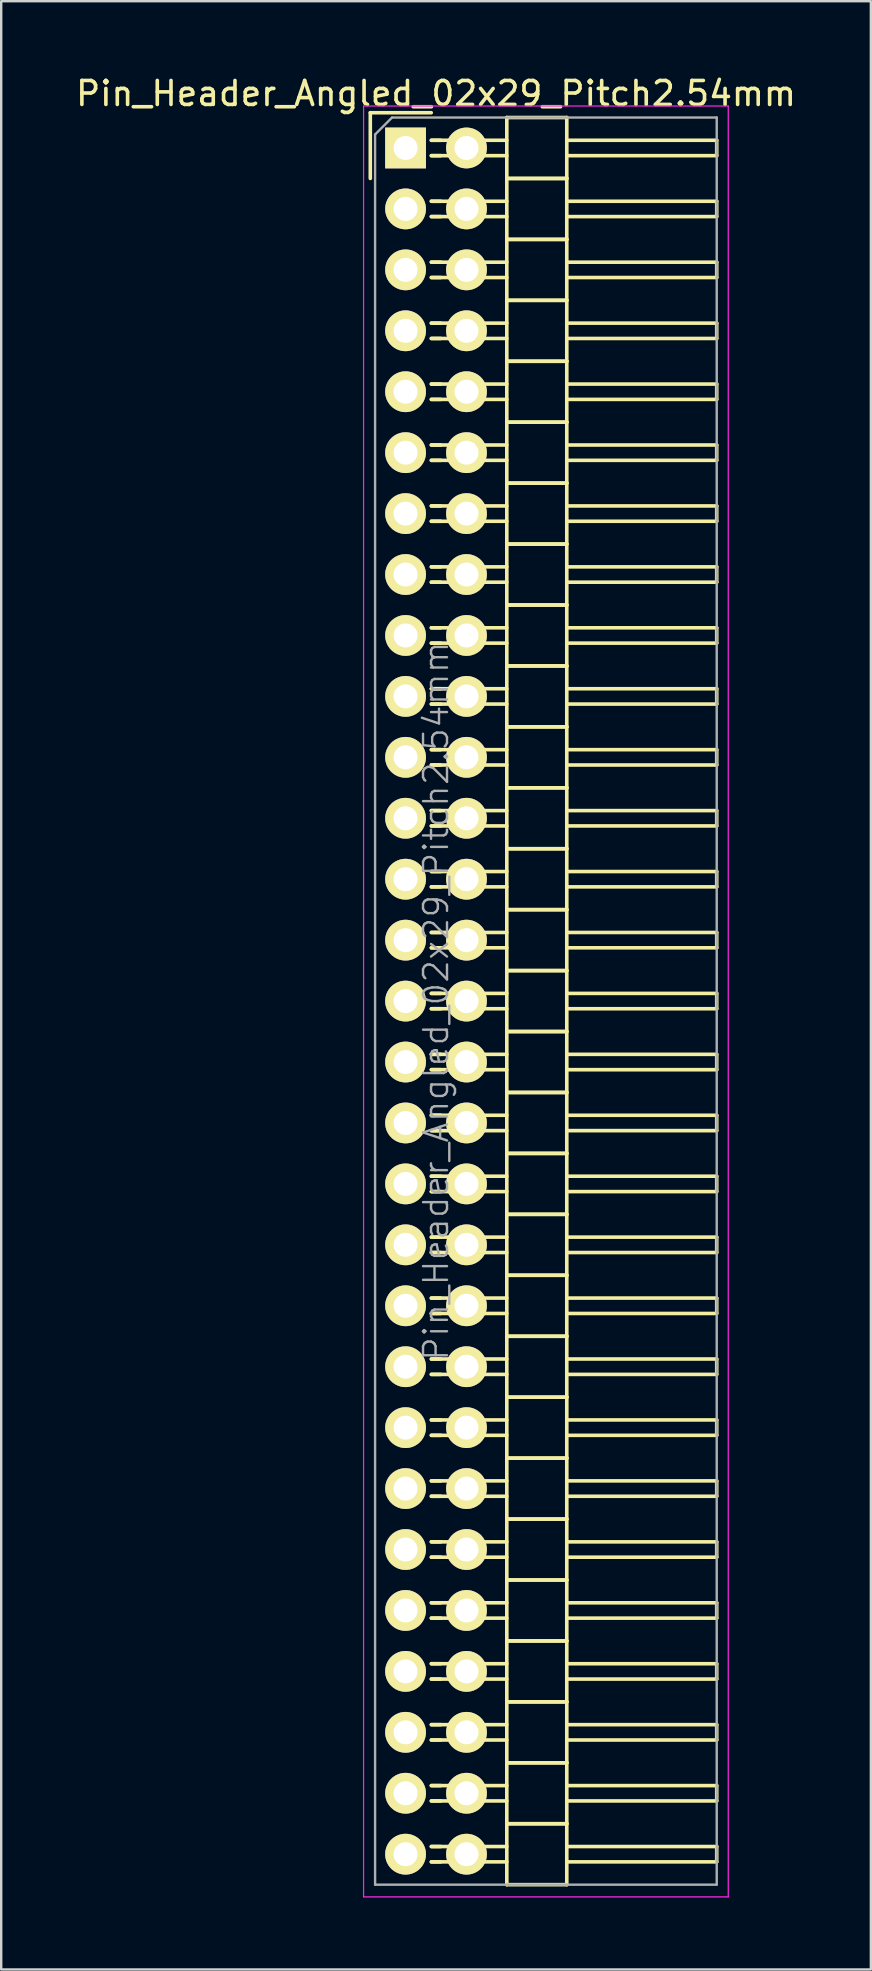
<source format=kicad_pcb>
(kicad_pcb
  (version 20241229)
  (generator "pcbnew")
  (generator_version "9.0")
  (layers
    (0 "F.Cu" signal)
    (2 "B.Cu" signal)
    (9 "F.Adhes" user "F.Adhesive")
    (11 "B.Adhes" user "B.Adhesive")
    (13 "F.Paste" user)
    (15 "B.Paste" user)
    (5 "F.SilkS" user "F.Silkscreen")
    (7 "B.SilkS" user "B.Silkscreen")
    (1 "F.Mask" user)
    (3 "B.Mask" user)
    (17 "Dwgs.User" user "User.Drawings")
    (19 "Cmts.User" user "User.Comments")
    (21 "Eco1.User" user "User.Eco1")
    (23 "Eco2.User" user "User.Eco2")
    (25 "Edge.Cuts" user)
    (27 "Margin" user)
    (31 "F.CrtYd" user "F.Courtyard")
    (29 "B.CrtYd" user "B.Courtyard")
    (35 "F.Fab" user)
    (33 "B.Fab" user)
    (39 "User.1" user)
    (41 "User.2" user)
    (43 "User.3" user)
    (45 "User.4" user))
  (footprint "Pin_Header_Angled_02x29_Pitch2.54mm"
    (layer "F.Cu")
    (at 13.855 3.118)
    (property "Reference" "Pin_Header_Angled_02x29_Pitch2.54mm" (at 1.27 -2.27 0) (layer "F.SilkS") (effects (font (size 1 1) (thickness 0.15))))
    (attr smd)
    (fp_line (start -1.47 -1.47) (end -1.47 1.27) (stroke (width 0.15) (type solid)) (layer "F.SilkS"))
    (fp_line (start -1.47 -1.47) (end 1.07 -1.47) (stroke (width 0.15) (type solid)) (layer "F.SilkS"))
    (fp_line (start 1.465 -0.32) (end 1.075 -0.32) (stroke (width 0.15) (type solid)) (layer "F.SilkS"))
    (fp_line (start 1.465 0.32) (end 1.075 0.32) (stroke (width 0.15) (type solid)) (layer "F.SilkS"))
    (fp_line (start 1.465 2.22) (end 1.075 2.22) (stroke (width 0.15) (type solid)) (layer "F.SilkS"))
    (fp_line (start 1.465 2.86) (end 1.075 2.86) (stroke (width 0.15) (type solid)) (layer "F.SilkS"))
    (fp_line (start 1.465 4.76) (end 1.075 4.76) (stroke (width 0.15) (type solid)) (layer "F.SilkS"))
    (fp_line (start 1.465 5.4) (end 1.075 5.4) (stroke (width 0.15) (type solid)) (layer "F.SilkS"))
    (fp_line (start 1.465 7.3) (end 1.075 7.3) (stroke (width 0.15) (type solid)) (layer "F.SilkS"))
    (fp_line (start 1.465 7.94) (end 1.075 7.94) (stroke (width 0.15) (type solid)) (layer "F.SilkS"))
    (fp_line (start 1.465 9.84) (end 1.075 9.84) (stroke (width 0.15) (type solid)) (layer "F.SilkS"))
    (fp_line (start 1.465 10.48) (end 1.075 10.48) (stroke (width 0.15) (type solid)) (layer "F.SilkS"))
    (fp_line (start 1.465 12.38) (end 1.075 12.38) (stroke (width 0.15) (type solid)) (layer "F.SilkS"))
    (fp_line (start 1.465 13.02) (end 1.075 13.02) (stroke (width 0.15) (type solid)) (layer "F.SilkS"))
    (fp_line (start 1.465 14.92) (end 1.075 14.92) (stroke (width 0.15) (type solid)) (layer "F.SilkS"))
    (fp_line (start 1.465 15.56) (end 1.075 15.56) (stroke (width 0.15) (type solid)) (layer "F.SilkS"))
    (fp_line (start 1.465 17.46) (end 1.075 17.46) (stroke (width 0.15) (type solid)) (layer "F.SilkS"))
    (fp_line (start 1.465 18.1) (end 1.075 18.1) (stroke (width 0.15) (type solid)) (layer "F.SilkS"))
    (fp_line (start 1.465 20) (end 1.075 20) (stroke (width 0.15) (type solid)) (layer "F.SilkS"))
    (fp_line (start 1.465 20.64) (end 1.075 20.64) (stroke (width 0.15) (type solid)) (layer "F.SilkS"))
    (fp_line (start 1.465 22.54) (end 1.075 22.54) (stroke (width 0.15) (type solid)) (layer "F.SilkS"))
    (fp_line (start 1.465 23.18) (end 1.075 23.18) (stroke (width 0.15) (type solid)) (layer "F.SilkS"))
    (fp_line (start 1.465 25.08) (end 1.075 25.08) (stroke (width 0.15) (type solid)) (layer "F.SilkS"))
    (fp_line (start 1.465 25.72) (end 1.075 25.72) (stroke (width 0.15) (type solid)) (layer "F.SilkS"))
    (fp_line (start 1.465 27.62) (end 1.075 27.62) (stroke (width 0.15) (type solid)) (layer "F.SilkS"))
    (fp_line (start 1.465 28.26) (end 1.075 28.26) (stroke (width 0.15) (type solid)) (layer "F.SilkS"))
    (fp_line (start 1.465 30.16) (end 1.075 30.16) (stroke (width 0.15) (type solid)) (layer "F.SilkS"))
    (fp_line (start 1.465 30.8) (end 1.075 30.8) (stroke (width 0.15) (type solid)) (layer "F.SilkS"))
    (fp_line (start 1.465 32.7) (end 1.075 32.7) (stroke (width 0.15) (type solid)) (layer "F.SilkS"))
    (fp_line (start 1.465 33.34) (end 1.075 33.34) (stroke (width 0.15) (type solid)) (layer "F.SilkS"))
    (fp_line (start 1.465 35.24) (end 1.075 35.24) (stroke (width 0.15) (type solid)) (layer "F.SilkS"))
    (fp_line (start 1.465 35.88) (end 1.075 35.88) (stroke (width 0.15) (type solid)) (layer "F.SilkS"))
    (fp_line (start 1.465 37.78) (end 1.075 37.78) (stroke (width 0.15) (type solid)) (layer "F.SilkS"))
    (fp_line (start 1.465 38.42) (end 1.075 38.42) (stroke (width 0.15) (type solid)) (layer "F.SilkS"))
    (fp_line (start 1.465 40.32) (end 1.075 40.32) (stroke (width 0.15) (type solid)) (layer "F.SilkS"))
    (fp_line (start 1.465 40.96) (end 1.075 40.96) (stroke (width 0.15) (type solid)) (layer "F.SilkS"))
    (fp_line (start 1.465 42.86) (end 1.075 42.86) (stroke (width 0.15) (type solid)) (layer "F.SilkS"))
    (fp_line (start 1.465 43.5) (end 1.075 43.5) (stroke (width 0.15) (type solid)) (layer "F.SilkS"))
    (fp_line (start 1.465 45.4) (end 1.075 45.4) (stroke (width 0.15) (type solid)) (layer "F.SilkS"))
    (fp_line (start 1.465 46.04) (end 1.075 46.04) (stroke (width 0.15) (type solid)) (layer "F.SilkS"))
    (fp_line (start 1.465 47.94) (end 1.075 47.94) (stroke (width 0.15) (type solid)) (layer "F.SilkS"))
    (fp_line (start 1.465 48.58) (end 1.075 48.58) (stroke (width 0.15) (type solid)) (layer "F.SilkS"))
    (fp_line (start 1.465 50.48) (end 1.075 50.48) (stroke (width 0.15) (type solid)) (layer "F.SilkS"))
    (fp_line (start 1.465 51.12) (end 1.075 51.12) (stroke (width 0.15) (type solid)) (layer "F.SilkS"))
    (fp_line (start 1.465 53.02) (end 1.075 53.02) (stroke (width 0.15) (type solid)) (layer "F.SilkS"))
    (fp_line (start 1.465 53.66) (end 1.075 53.66) (stroke (width 0.15) (type solid)) (layer "F.SilkS"))
    (fp_line (start 1.465 55.56) (end 1.075 55.56) (stroke (width 0.15) (type solid)) (layer "F.SilkS"))
    (fp_line (start 1.465 56.2) (end 1.075 56.2) (stroke (width 0.15) (type solid)) (layer "F.SilkS"))
    (fp_line (start 1.465 58.1) (end 1.075 58.1) (stroke (width 0.15) (type solid)) (layer "F.SilkS"))
    (fp_line (start 1.465 58.74) (end 1.075 58.74) (stroke (width 0.15) (type solid)) (layer "F.SilkS"))
    (fp_line (start 1.465 60.64) (end 1.075 60.64) (stroke (width 0.15) (type solid)) (layer "F.SilkS"))
    (fp_line (start 1.465 61.28) (end 1.075 61.28) (stroke (width 0.15) (type solid)) (layer "F.SilkS"))
    (fp_line (start 1.465 63.18) (end 1.075 63.18) (stroke (width 0.15) (type solid)) (layer "F.SilkS"))
    (fp_line (start 1.465 63.82) (end 1.075 63.82) (stroke (width 0.15) (type solid)) (layer "F.SilkS"))
    (fp_line (start 1.465 65.72) (end 1.075 65.72) (stroke (width 0.15) (type solid)) (layer "F.SilkS"))
    (fp_line (start 1.465 66.36) (end 1.075 66.36) (stroke (width 0.15) (type solid)) (layer "F.SilkS"))
    (fp_line (start 1.465 68.26) (end 1.075 68.26) (stroke (width 0.15) (type solid)) (layer "F.SilkS"))
    (fp_line (start 1.465 68.9) (end 1.075 68.9) (stroke (width 0.15) (type solid)) (layer "F.SilkS"))
    (fp_line (start 1.465 70.8) (end 1.075 70.8) (stroke (width 0.15) (type solid)) (layer "F.SilkS"))
    (fp_line (start 1.465 71.44) (end 1.075 71.44) (stroke (width 0.15) (type solid)) (layer "F.SilkS"))
    (fp_line (start 4.22 -0.32) (end 1.075 -0.32) (stroke (width 0.15) (type solid)) (layer "F.SilkS"))
    (fp_line (start 4.22 0.32) (end 1.075 0.32) (stroke (width 0.15) (type solid)) (layer "F.SilkS"))
    (fp_line (start 4.22 1.27) (end 4.22 -1.27) (stroke (width 0.15) (type solid)) (layer "F.SilkS"))
    (fp_line (start 4.22 2.22) (end 1.075 2.22) (stroke (width 0.15) (type solid)) (layer "F.SilkS"))
    (fp_line (start 4.22 2.86) (end 1.075 2.86) (stroke (width 0.15) (type solid)) (layer "F.SilkS"))
    (fp_line (start 4.22 3.81) (end 4.22 1.27) (stroke (width 0.15) (type solid)) (layer "F.SilkS"))
    (fp_line (start 4.22 4.76) (end 1.075 4.76) (stroke (width 0.15) (type solid)) (layer "F.SilkS"))
    (fp_line (start 4.22 5.4) (end 1.075 5.4) (stroke (width 0.15) (type solid)) (layer "F.SilkS"))
    (fp_line (start 4.22 6.35) (end 4.22 3.81) (stroke (width 0.15) (type solid)) (layer "F.SilkS"))
    (fp_line (start 4.22 7.3) (end 1.075 7.3) (stroke (width 0.15) (type solid)) (layer "F.SilkS"))
    (fp_line (start 4.22 7.94) (end 1.075 7.94) (stroke (width 0.15) (type solid)) (layer "F.SilkS"))
    (fp_line (start 4.22 8.89) (end 4.22 6.35) (stroke (width 0.15) (type solid)) (layer "F.SilkS"))
    (fp_line (start 4.22 9.84) (end 1.075 9.84) (stroke (width 0.15) (type solid)) (layer "F.SilkS"))
    (fp_line (start 4.22 10.48) (end 1.075 10.48) (stroke (width 0.15) (type solid)) (layer "F.SilkS"))
    (fp_line (start 4.22 11.43) (end 4.22 8.89) (stroke (width 0.15) (type solid)) (layer "F.SilkS"))
    (fp_line (start 4.22 12.38) (end 1.075 12.38) (stroke (width 0.15) (type solid)) (layer "F.SilkS"))
    (fp_line (start 4.22 13.02) (end 1.075 13.02) (stroke (width 0.15) (type solid)) (layer "F.SilkS"))
    (fp_line (start 4.22 13.97) (end 4.22 11.43) (stroke (width 0.15) (type solid)) (layer "F.SilkS"))
    (fp_line (start 4.22 14.92) (end 1.075 14.92) (stroke (width 0.15) (type solid)) (layer "F.SilkS"))
    (fp_line (start 4.22 15.56) (end 1.075 15.56) (stroke (width 0.15) (type solid)) (layer "F.SilkS"))
    (fp_line (start 4.22 16.51) (end 4.22 13.97) (stroke (width 0.15) (type solid)) (layer "F.SilkS"))
    (fp_line (start 4.22 17.46) (end 1.075 17.46) (stroke (width 0.15) (type solid)) (layer "F.SilkS"))
    (fp_line (start 4.22 18.1) (end 1.075 18.1) (stroke (width 0.15) (type solid)) (layer "F.SilkS"))
    (fp_line (start 4.22 19.05) (end 4.22 16.51) (stroke (width 0.15) (type solid)) (layer "F.SilkS"))
    (fp_line (start 4.22 20) (end 1.075 20) (stroke (width 0.15) (type solid)) (layer "F.SilkS"))
    (fp_line (start 4.22 20.64) (end 1.075 20.64) (stroke (width 0.15) (type solid)) (layer "F.SilkS"))
    (fp_line (start 4.22 21.59) (end 4.22 19.05) (stroke (width 0.15) (type solid)) (layer "F.SilkS"))
    (fp_line (start 4.22 22.54) (end 1.075 22.54) (stroke (width 0.15) (type solid)) (layer "F.SilkS"))
    (fp_line (start 4.22 23.18) (end 1.075 23.18) (stroke (width 0.15) (type solid)) (layer "F.SilkS"))
    (fp_line (start 4.22 24.13) (end 4.22 21.59) (stroke (width 0.15) (type solid)) (layer "F.SilkS"))
    (fp_line (start 4.22 25.08) (end 1.075 25.08) (stroke (width 0.15) (type solid)) (layer "F.SilkS"))
    (fp_line (start 4.22 25.72) (end 1.075 25.72) (stroke (width 0.15) (type solid)) (layer "F.SilkS"))
    (fp_line (start 4.22 26.67) (end 4.22 24.13) (stroke (width 0.15) (type solid)) (layer "F.SilkS"))
    (fp_line (start 4.22 27.62) (end 1.075 27.62) (stroke (width 0.15) (type solid)) (layer "F.SilkS"))
    (fp_line (start 4.22 28.26) (end 1.075 28.26) (stroke (width 0.15) (type solid)) (layer "F.SilkS"))
    (fp_line (start 4.22 29.21) (end 4.22 26.67) (stroke (width 0.15) (type solid)) (layer "F.SilkS"))
    (fp_line (start 4.22 30.16) (end 1.075 30.16) (stroke (width 0.15) (type solid)) (layer "F.SilkS"))
    (fp_line (start 4.22 30.8) (end 1.075 30.8) (stroke (width 0.15) (type solid)) (layer "F.SilkS"))
    (fp_line (start 4.22 31.75) (end 4.22 29.21) (stroke (width 0.15) (type solid)) (layer "F.SilkS"))
    (fp_line (start 4.22 32.7) (end 1.075 32.7) (stroke (width 0.15) (type solid)) (layer "F.SilkS"))
    (fp_line (start 4.22 33.34) (end 1.075 33.34) (stroke (width 0.15) (type solid)) (layer "F.SilkS"))
    (fp_line (start 4.22 34.29) (end 4.22 31.75) (stroke (width 0.15) (type solid)) (layer "F.SilkS"))
    (fp_line (start 4.22 35.24) (end 1.075 35.24) (stroke (width 0.15) (type solid)) (layer "F.SilkS"))
    (fp_line (start 4.22 35.88) (end 1.075 35.88) (stroke (width 0.15) (type solid)) (layer "F.SilkS"))
    (fp_line (start 4.22 36.83) (end 4.22 34.29) (stroke (width 0.15) (type solid)) (layer "F.SilkS"))
    (fp_line (start 4.22 37.78) (end 1.075 37.78) (stroke (width 0.15) (type solid)) (layer "F.SilkS"))
    (fp_line (start 4.22 38.42) (end 1.075 38.42) (stroke (width 0.15) (type solid)) (layer "F.SilkS"))
    (fp_line (start 4.22 39.37) (end 4.22 36.83) (stroke (width 0.15) (type solid)) (layer "F.SilkS"))
    (fp_line (start 4.22 40.32) (end 1.075 40.32) (stroke (width 0.15) (type solid)) (layer "F.SilkS"))
    (fp_line (start 4.22 40.96) (end 1.075 40.96) (stroke (width 0.15) (type solid)) (layer "F.SilkS"))
    (fp_line (start 4.22 41.91) (end 4.22 39.37) (stroke (width 0.15) (type solid)) (layer "F.SilkS"))
    (fp_line (start 4.22 42.86) (end 1.075 42.86) (stroke (width 0.15) (type solid)) (layer "F.SilkS"))
    (fp_line (start 4.22 43.5) (end 1.075 43.5) (stroke (width 0.15) (type solid)) (layer "F.SilkS"))
    (fp_line (start 4.22 44.45) (end 4.22 41.91) (stroke (width 0.15) (type solid)) (layer "F.SilkS"))
    (fp_line (start 4.22 45.4) (end 1.075 45.4) (stroke (width 0.15) (type solid)) (layer "F.SilkS"))
    (fp_line (start 4.22 46.04) (end 1.075 46.04) (stroke (width 0.15) (type solid)) (layer "F.SilkS"))
    (fp_line (start 4.22 46.99) (end 4.22 44.45) (stroke (width 0.15) (type solid)) (layer "F.SilkS"))
    (fp_line (start 4.22 47.94) (end 1.075 47.94) (stroke (width 0.15) (type solid)) (layer "F.SilkS"))
    (fp_line (start 4.22 48.58) (end 1.075 48.58) (stroke (width 0.15) (type solid)) (layer "F.SilkS"))
    (fp_line (start 4.22 49.53) (end 4.22 46.99) (stroke (width 0.15) (type solid)) (layer "F.SilkS"))
    (fp_line (start 4.22 50.48) (end 1.075 50.48) (stroke (width 0.15) (type solid)) (layer "F.SilkS"))
    (fp_line (start 4.22 51.12) (end 1.075 51.12) (stroke (width 0.15) (type solid)) (layer "F.SilkS"))
    (fp_line (start 4.22 52.07) (end 4.22 49.53) (stroke (width 0.15) (type solid)) (layer "F.SilkS"))
    (fp_line (start 4.22 53.02) (end 1.075 53.02) (stroke (width 0.15) (type solid)) (layer "F.SilkS"))
    (fp_line (start 4.22 53.66) (end 1.075 53.66) (stroke (width 0.15) (type solid)) (layer "F.SilkS"))
    (fp_line (start 4.22 54.61) (end 4.22 52.07) (stroke (width 0.15) (type solid)) (layer "F.SilkS"))
    (fp_line (start 4.22 55.56) (end 1.075 55.56) (stroke (width 0.15) (type solid)) (layer "F.SilkS"))
    (fp_line (start 4.22 56.2) (end 1.075 56.2) (stroke (width 0.15) (type solid)) (layer "F.SilkS"))
    (fp_line (start 4.22 57.15) (end 4.22 54.61) (stroke (width 0.15) (type solid)) (layer "F.SilkS"))
    (fp_line (start 4.22 58.1) (end 1.075 58.1) (stroke (width 0.15) (type solid)) (layer "F.SilkS"))
    (fp_line (start 4.22 58.74) (end 1.075 58.74) (stroke (width 0.15) (type solid)) (layer "F.SilkS"))
    (fp_line (start 4.22 59.69) (end 4.22 57.15) (stroke (width 0.15) (type solid)) (layer "F.SilkS"))
    (fp_line (start 4.22 60.64) (end 1.075 60.64) (stroke (width 0.15) (type solid)) (layer "F.SilkS"))
    (fp_line (start 4.22 61.28) (end 1.075 61.28) (stroke (width 0.15) (type solid)) (layer "F.SilkS"))
    (fp_line (start 4.22 62.23) (end 4.22 59.69) (stroke (width 0.15) (type solid)) (layer "F.SilkS"))
    (fp_line (start 4.22 63.18) (end 1.075 63.18) (stroke (width 0.15) (type solid)) (layer "F.SilkS"))
    (fp_line (start 4.22 63.82) (end 1.075 63.82) (stroke (width 0.15) (type solid)) (layer "F.SilkS"))
    (fp_line (start 4.22 64.77) (end 4.22 62.23) (stroke (width 0.15) (type solid)) (layer "F.SilkS"))
    (fp_line (start 4.22 65.72) (end 1.075 65.72) (stroke (width 0.15) (type solid)) (layer "F.SilkS"))
    (fp_line (start 4.22 66.36) (end 1.075 66.36) (stroke (width 0.15) (type solid)) (layer "F.SilkS"))
    (fp_line (start 4.22 67.31) (end 4.22 64.77) (stroke (width 0.15) (type solid)) (layer "F.SilkS"))
    (fp_line (start 4.22 68.26) (end 1.075 68.26) (stroke (width 0.15) (type solid)) (layer "F.SilkS"))
    (fp_line (start 4.22 68.9) (end 1.075 68.9) (stroke (width 0.15) (type solid)) (layer "F.SilkS"))
    (fp_line (start 4.22 69.85) (end 4.22 67.31) (stroke (width 0.15) (type solid)) (layer "F.SilkS"))
    (fp_line (start 4.22 70.8) (end 1.075 70.8) (stroke (width 0.15) (type solid)) (layer "F.SilkS"))
    (fp_line (start 4.22 71.44) (end 1.075 71.44) (stroke (width 0.15) (type solid)) (layer "F.SilkS"))
    (fp_line (start 4.22 72.39) (end 4.22 69.85) (stroke (width 0.15) (type solid)) (layer "F.SilkS"))
    (fp_line (start 6.72 -1.27) (end 4.22 -1.27) (stroke (width 0.15) (type solid)) (layer "F.SilkS"))
    (fp_line (start 6.72 -0.32) (end 12.97 -0.32) (stroke (width 0.15) (type solid)) (layer "F.SilkS"))
    (fp_line (start 6.72 0.32) (end 12.97 0.32) (stroke (width 0.15) (type solid)) (layer "F.SilkS"))
    (fp_line (start 6.72 1.27) (end 4.22 1.27) (stroke (width 0.15) (type solid)) (layer "F.SilkS"))
    (fp_line (start 6.72 1.27) (end 4.22 1.27) (stroke (width 0.15) (type solid)) (layer "F.SilkS"))
    (fp_line (start 6.72 1.27) (end 6.72 -1.27) (stroke (width 0.15) (type solid)) (layer "F.SilkS"))
    (fp_line (start 6.72 2.22) (end 12.97 2.22) (stroke (width 0.15) (type solid)) (layer "F.SilkS"))
    (fp_line (start 6.72 2.86) (end 12.97 2.86) (stroke (width 0.15) (type solid)) (layer "F.SilkS"))
    (fp_line (start 6.72 3.81) (end 4.22 3.81) (stroke (width 0.15) (type solid)) (layer "F.SilkS"))
    (fp_line (start 6.72 3.81) (end 4.22 3.81) (stroke (width 0.15) (type solid)) (layer "F.SilkS"))
    (fp_line (start 6.72 3.81) (end 6.72 1.27) (stroke (width 0.15) (type solid)) (layer "F.SilkS"))
    (fp_line (start 6.72 4.76) (end 12.97 4.76) (stroke (width 0.15) (type solid)) (layer "F.SilkS"))
    (fp_line (start 6.72 5.4) (end 12.97 5.4) (stroke (width 0.15) (type solid)) (layer "F.SilkS"))
    (fp_line (start 6.72 6.35) (end 4.22 6.35) (stroke (width 0.15) (type solid)) (layer "F.SilkS"))
    (fp_line (start 6.72 6.35) (end 4.22 6.35) (stroke (width 0.15) (type solid)) (layer "F.SilkS"))
    (fp_line (start 6.72 6.35) (end 6.72 3.81) (stroke (width 0.15) (type solid)) (layer "F.SilkS"))
    (fp_line (start 6.72 7.3) (end 12.97 7.3) (stroke (width 0.15) (type solid)) (layer "F.SilkS"))
    (fp_line (start 6.72 7.94) (end 12.97 7.94) (stroke (width 0.15) (type solid)) (layer "F.SilkS"))
    (fp_line (start 6.72 8.89) (end 4.22 8.89) (stroke (width 0.15) (type solid)) (layer "F.SilkS"))
    (fp_line (start 6.72 8.89) (end 4.22 8.89) (stroke (width 0.15) (type solid)) (layer "F.SilkS"))
    (fp_line (start 6.72 8.89) (end 6.72 6.35) (stroke (width 0.15) (type solid)) (layer "F.SilkS"))
    (fp_line (start 6.72 9.84) (end 12.97 9.84) (stroke (width 0.15) (type solid)) (layer "F.SilkS"))
    (fp_line (start 6.72 10.48) (end 12.97 10.48) (stroke (width 0.15) (type solid)) (layer "F.SilkS"))
    (fp_line (start 6.72 11.43) (end 4.22 11.43) (stroke (width 0.15) (type solid)) (layer "F.SilkS"))
    (fp_line (start 6.72 11.43) (end 4.22 11.43) (stroke (width 0.15) (type solid)) (layer "F.SilkS"))
    (fp_line (start 6.72 11.43) (end 6.72 8.89) (stroke (width 0.15) (type solid)) (layer "F.SilkS"))
    (fp_line (start 6.72 12.38) (end 12.97 12.38) (stroke (width 0.15) (type solid)) (layer "F.SilkS"))
    (fp_line (start 6.72 13.02) (end 12.97 13.02) (stroke (width 0.15) (type solid)) (layer "F.SilkS"))
    (fp_line (start 6.72 13.97) (end 4.22 13.97) (stroke (width 0.15) (type solid)) (layer "F.SilkS"))
    (fp_line (start 6.72 13.97) (end 4.22 13.97) (stroke (width 0.15) (type solid)) (layer "F.SilkS"))
    (fp_line (start 6.72 13.97) (end 6.72 11.43) (stroke (width 0.15) (type solid)) (layer "F.SilkS"))
    (fp_line (start 6.72 14.92) (end 12.97 14.92) (stroke (width 0.15) (type solid)) (layer "F.SilkS"))
    (fp_line (start 6.72 15.56) (end 12.97 15.56) (stroke (width 0.15) (type solid)) (layer "F.SilkS"))
    (fp_line (start 6.72 16.51) (end 4.22 16.51) (stroke (width 0.15) (type solid)) (layer "F.SilkS"))
    (fp_line (start 6.72 16.51) (end 4.22 16.51) (stroke (width 0.15) (type solid)) (layer "F.SilkS"))
    (fp_line (start 6.72 16.51) (end 6.72 13.97) (stroke (width 0.15) (type solid)) (layer "F.SilkS"))
    (fp_line (start 6.72 17.46) (end 12.97 17.46) (stroke (width 0.15) (type solid)) (layer "F.SilkS"))
    (fp_line (start 6.72 18.1) (end 12.97 18.1) (stroke (width 0.15) (type solid)) (layer "F.SilkS"))
    (fp_line (start 6.72 19.05) (end 4.22 19.05) (stroke (width 0.15) (type solid)) (layer "F.SilkS"))
    (fp_line (start 6.72 19.05) (end 4.22 19.05) (stroke (width 0.15) (type solid)) (layer "F.SilkS"))
    (fp_line (start 6.72 19.05) (end 6.72 16.51) (stroke (width 0.15) (type solid)) (layer "F.SilkS"))
    (fp_line (start 6.72 20) (end 12.97 20) (stroke (width 0.15) (type solid)) (layer "F.SilkS"))
    (fp_line (start 6.72 20.64) (end 12.97 20.64) (stroke (width 0.15) (type solid)) (layer "F.SilkS"))
    (fp_line (start 6.72 21.59) (end 4.22 21.59) (stroke (width 0.15) (type solid)) (layer "F.SilkS"))
    (fp_line (start 6.72 21.59) (end 4.22 21.59) (stroke (width 0.15) (type solid)) (layer "F.SilkS"))
    (fp_line (start 6.72 21.59) (end 6.72 19.05) (stroke (width 0.15) (type solid)) (layer "F.SilkS"))
    (fp_line (start 6.72 22.54) (end 12.97 22.54) (stroke (width 0.15) (type solid)) (layer "F.SilkS"))
    (fp_line (start 6.72 23.18) (end 12.97 23.18) (stroke (width 0.15) (type solid)) (layer "F.SilkS"))
    (fp_line (start 6.72 24.13) (end 4.22 24.13) (stroke (width 0.15) (type solid)) (layer "F.SilkS"))
    (fp_line (start 6.72 24.13) (end 4.22 24.13) (stroke (width 0.15) (type solid)) (layer "F.SilkS"))
    (fp_line (start 6.72 24.13) (end 6.72 21.59) (stroke (width 0.15) (type solid)) (layer "F.SilkS"))
    (fp_line (start 6.72 25.08) (end 12.97 25.08) (stroke (width 0.15) (type solid)) (layer "F.SilkS"))
    (fp_line (start 6.72 25.72) (end 12.97 25.72) (stroke (width 0.15) (type solid)) (layer "F.SilkS"))
    (fp_line (start 6.72 26.67) (end 4.22 26.67) (stroke (width 0.15) (type solid)) (layer "F.SilkS"))
    (fp_line (start 6.72 26.67) (end 4.22 26.67) (stroke (width 0.15) (type solid)) (layer "F.SilkS"))
    (fp_line (start 6.72 26.67) (end 6.72 24.13) (stroke (width 0.15) (type solid)) (layer "F.SilkS"))
    (fp_line (start 6.72 27.62) (end 12.97 27.62) (stroke (width 0.15) (type solid)) (layer "F.SilkS"))
    (fp_line (start 6.72 28.26) (end 12.97 28.26) (stroke (width 0.15) (type solid)) (layer "F.SilkS"))
    (fp_line (start 6.72 29.21) (end 4.22 29.21) (stroke (width 0.15) (type solid)) (layer "F.SilkS"))
    (fp_line (start 6.72 29.21) (end 4.22 29.21) (stroke (width 0.15) (type solid)) (layer "F.SilkS"))
    (fp_line (start 6.72 29.21) (end 6.72 26.67) (stroke (width 0.15) (type solid)) (layer "F.SilkS"))
    (fp_line (start 6.72 30.16) (end 12.97 30.16) (stroke (width 0.15) (type solid)) (layer "F.SilkS"))
    (fp_line (start 6.72 30.8) (end 12.97 30.8) (stroke (width 0.15) (type solid)) (layer "F.SilkS"))
    (fp_line (start 6.72 31.75) (end 4.22 31.75) (stroke (width 0.15) (type solid)) (layer "F.SilkS"))
    (fp_line (start 6.72 31.75) (end 4.22 31.75) (stroke (width 0.15) (type solid)) (layer "F.SilkS"))
    (fp_line (start 6.72 31.75) (end 6.72 29.21) (stroke (width 0.15) (type solid)) (layer "F.SilkS"))
    (fp_line (start 6.72 32.7) (end 12.97 32.7) (stroke (width 0.15) (type solid)) (layer "F.SilkS"))
    (fp_line (start 6.72 33.34) (end 12.97 33.34) (stroke (width 0.15) (type solid)) (layer "F.SilkS"))
    (fp_line (start 6.72 34.29) (end 4.22 34.29) (stroke (width 0.15) (type solid)) (layer "F.SilkS"))
    (fp_line (start 6.72 34.29) (end 4.22 34.29) (stroke (width 0.15) (type solid)) (layer "F.SilkS"))
    (fp_line (start 6.72 34.29) (end 6.72 31.75) (stroke (width 0.15) (type solid)) (layer "F.SilkS"))
    (fp_line (start 6.72 35.24) (end 12.97 35.24) (stroke (width 0.15) (type solid)) (layer "F.SilkS"))
    (fp_line (start 6.72 35.88) (end 12.97 35.88) (stroke (width 0.15) (type solid)) (layer "F.SilkS"))
    (fp_line (start 6.72 36.83) (end 4.22 36.83) (stroke (width 0.15) (type solid)) (layer "F.SilkS"))
    (fp_line (start 6.72 36.83) (end 4.22 36.83) (stroke (width 0.15) (type solid)) (layer "F.SilkS"))
    (fp_line (start 6.72 36.83) (end 6.72 34.29) (stroke (width 0.15) (type solid)) (layer "F.SilkS"))
    (fp_line (start 6.72 37.78) (end 12.97 37.78) (stroke (width 0.15) (type solid)) (layer "F.SilkS"))
    (fp_line (start 6.72 38.42) (end 12.97 38.42) (stroke (width 0.15) (type solid)) (layer "F.SilkS"))
    (fp_line (start 6.72 39.37) (end 4.22 39.37) (stroke (width 0.15) (type solid)) (layer "F.SilkS"))
    (fp_line (start 6.72 39.37) (end 4.22 39.37) (stroke (width 0.15) (type solid)) (layer "F.SilkS"))
    (fp_line (start 6.72 39.37) (end 6.72 36.83) (stroke (width 0.15) (type solid)) (layer "F.SilkS"))
    (fp_line (start 6.72 40.32) (end 12.97 40.32) (stroke (width 0.15) (type solid)) (layer "F.SilkS"))
    (fp_line (start 6.72 40.96) (end 12.97 40.96) (stroke (width 0.15) (type solid)) (layer "F.SilkS"))
    (fp_line (start 6.72 41.91) (end 4.22 41.91) (stroke (width 0.15) (type solid)) (layer "F.SilkS"))
    (fp_line (start 6.72 41.91) (end 4.22 41.91) (stroke (width 0.15) (type solid)) (layer "F.SilkS"))
    (fp_line (start 6.72 41.91) (end 6.72 39.37) (stroke (width 0.15) (type solid)) (layer "F.SilkS"))
    (fp_line (start 6.72 42.86) (end 12.97 42.86) (stroke (width 0.15) (type solid)) (layer "F.SilkS"))
    (fp_line (start 6.72 43.5) (end 12.97 43.5) (stroke (width 0.15) (type solid)) (layer "F.SilkS"))
    (fp_line (start 6.72 44.45) (end 4.22 44.45) (stroke (width 0.15) (type solid)) (layer "F.SilkS"))
    (fp_line (start 6.72 44.45) (end 4.22 44.45) (stroke (width 0.15) (type solid)) (layer "F.SilkS"))
    (fp_line (start 6.72 44.45) (end 6.72 41.91) (stroke (width 0.15) (type solid)) (layer "F.SilkS"))
    (fp_line (start 6.72 45.4) (end 12.97 45.4) (stroke (width 0.15) (type solid)) (layer "F.SilkS"))
    (fp_line (start 6.72 46.04) (end 12.97 46.04) (stroke (width 0.15) (type solid)) (layer "F.SilkS"))
    (fp_line (start 6.72 46.99) (end 4.22 46.99) (stroke (width 0.15) (type solid)) (layer "F.SilkS"))
    (fp_line (start 6.72 46.99) (end 4.22 46.99) (stroke (width 0.15) (type solid)) (layer "F.SilkS"))
    (fp_line (start 6.72 46.99) (end 6.72 44.45) (stroke (width 0.15) (type solid)) (layer "F.SilkS"))
    (fp_line (start 6.72 47.94) (end 12.97 47.94) (stroke (width 0.15) (type solid)) (layer "F.SilkS"))
    (fp_line (start 6.72 48.58) (end 12.97 48.58) (stroke (width 0.15) (type solid)) (layer "F.SilkS"))
    (fp_line (start 6.72 49.53) (end 4.22 49.53) (stroke (width 0.15) (type solid)) (layer "F.SilkS"))
    (fp_line (start 6.72 49.53) (end 4.22 49.53) (stroke (width 0.15) (type solid)) (layer "F.SilkS"))
    (fp_line (start 6.72 49.53) (end 6.72 46.99) (stroke (width 0.15) (type solid)) (layer "F.SilkS"))
    (fp_line (start 6.72 50.48) (end 12.97 50.48) (stroke (width 0.15) (type solid)) (layer "F.SilkS"))
    (fp_line (start 6.72 51.12) (end 12.97 51.12) (stroke (width 0.15) (type solid)) (layer "F.SilkS"))
    (fp_line (start 6.72 52.07) (end 4.22 52.07) (stroke (width 0.15) (type solid)) (layer "F.SilkS"))
    (fp_line (start 6.72 52.07) (end 4.22 52.07) (stroke (width 0.15) (type solid)) (layer "F.SilkS"))
    (fp_line (start 6.72 52.07) (end 6.72 49.53) (stroke (width 0.15) (type solid)) (layer "F.SilkS"))
    (fp_line (start 6.72 53.02) (end 12.97 53.02) (stroke (width 0.15) (type solid)) (layer "F.SilkS"))
    (fp_line (start 6.72 53.66) (end 12.97 53.66) (stroke (width 0.15) (type solid)) (layer "F.SilkS"))
    (fp_line (start 6.72 54.61) (end 4.22 54.61) (stroke (width 0.15) (type solid)) (layer "F.SilkS"))
    (fp_line (start 6.72 54.61) (end 4.22 54.61) (stroke (width 0.15) (type solid)) (layer "F.SilkS"))
    (fp_line (start 6.72 54.61) (end 6.72 52.07) (stroke (width 0.15) (type solid)) (layer "F.SilkS"))
    (fp_line (start 6.72 55.56) (end 12.97 55.56) (stroke (width 0.15) (type solid)) (layer "F.SilkS"))
    (fp_line (start 6.72 56.2) (end 12.97 56.2) (stroke (width 0.15) (type solid)) (layer "F.SilkS"))
    (fp_line (start 6.72 57.15) (end 4.22 57.15) (stroke (width 0.15) (type solid)) (layer "F.SilkS"))
    (fp_line (start 6.72 57.15) (end 4.22 57.15) (stroke (width 0.15) (type solid)) (layer "F.SilkS"))
    (fp_line (start 6.72 57.15) (end 6.72 54.61) (stroke (width 0.15) (type solid)) (layer "F.SilkS"))
    (fp_line (start 6.72 58.1) (end 12.97 58.1) (stroke (width 0.15) (type solid)) (layer "F.SilkS"))
    (fp_line (start 6.72 58.74) (end 12.97 58.74) (stroke (width 0.15) (type solid)) (layer "F.SilkS"))
    (fp_line (start 6.72 59.69) (end 4.22 59.69) (stroke (width 0.15) (type solid)) (layer "F.SilkS"))
    (fp_line (start 6.72 59.69) (end 4.22 59.69) (stroke (width 0.15) (type solid)) (layer "F.SilkS"))
    (fp_line (start 6.72 59.69) (end 6.72 57.15) (stroke (width 0.15) (type solid)) (layer "F.SilkS"))
    (fp_line (start 6.72 60.64) (end 12.97 60.64) (stroke (width 0.15) (type solid)) (layer "F.SilkS"))
    (fp_line (start 6.72 61.28) (end 12.97 61.28) (stroke (width 0.15) (type solid)) (layer "F.SilkS"))
    (fp_line (start 6.72 62.23) (end 4.22 62.23) (stroke (width 0.15) (type solid)) (layer "F.SilkS"))
    (fp_line (start 6.72 62.23) (end 4.22 62.23) (stroke (width 0.15) (type solid)) (layer "F.SilkS"))
    (fp_line (start 6.72 62.23) (end 6.72 59.69) (stroke (width 0.15) (type solid)) (layer "F.SilkS"))
    (fp_line (start 6.72 63.18) (end 12.97 63.18) (stroke (width 0.15) (type solid)) (layer "F.SilkS"))
    (fp_line (start 6.72 63.82) (end 12.97 63.82) (stroke (width 0.15) (type solid)) (layer "F.SilkS"))
    (fp_line (start 6.72 64.77) (end 4.22 64.77) (stroke (width 0.15) (type solid)) (layer "F.SilkS"))
    (fp_line (start 6.72 64.77) (end 4.22 64.77) (stroke (width 0.15) (type solid)) (layer "F.SilkS"))
    (fp_line (start 6.72 64.77) (end 6.72 62.23) (stroke (width 0.15) (type solid)) (layer "F.SilkS"))
    (fp_line (start 6.72 65.72) (end 12.97 65.72) (stroke (width 0.15) (type solid)) (layer "F.SilkS"))
    (fp_line (start 6.72 66.36) (end 12.97 66.36) (stroke (width 0.15) (type solid)) (layer "F.SilkS"))
    (fp_line (start 6.72 67.31) (end 4.22 67.31) (stroke (width 0.15) (type solid)) (layer "F.SilkS"))
    (fp_line (start 6.72 67.31) (end 4.22 67.31) (stroke (width 0.15) (type solid)) (layer "F.SilkS"))
    (fp_line (start 6.72 67.31) (end 6.72 64.77) (stroke (width 0.15) (type solid)) (layer "F.SilkS"))
    (fp_line (start 6.72 68.26) (end 12.97 68.26) (stroke (width 0.15) (type solid)) (layer "F.SilkS"))
    (fp_line (start 6.72 68.9) (end 12.97 68.9) (stroke (width 0.15) (type solid)) (layer "F.SilkS"))
    (fp_line (start 6.72 69.85) (end 4.22 69.85) (stroke (width 0.15) (type solid)) (layer "F.SilkS"))
    (fp_line (start 6.72 69.85) (end 4.22 69.85) (stroke (width 0.15) (type solid)) (layer "F.SilkS"))
    (fp_line (start 6.72 69.85) (end 6.72 67.31) (stroke (width 0.15) (type solid)) (layer "F.SilkS"))
    (fp_line (start 6.72 70.8) (end 12.97 70.8) (stroke (width 0.15) (type solid)) (layer "F.SilkS"))
    (fp_line (start 6.72 71.44) (end 12.97 71.44) (stroke (width 0.15) (type solid)) (layer "F.SilkS"))
    (fp_line (start 6.72 72.39) (end 4.22 72.39) (stroke (width 0.15) (type solid)) (layer "F.SilkS"))
    (fp_line (start 6.72 72.39) (end 6.72 69.85) (stroke (width 0.15) (type solid)) (layer "F.SilkS"))
    (fp_line (start 12.97 0.32) (end 12.97 -0.32) (stroke (width 0.15) (type solid)) (layer "F.SilkS"))
    (fp_line (start 12.97 2.86) (end 12.97 2.22) (stroke (width 0.15) (type solid)) (layer "F.SilkS"))
    (fp_line (start 12.97 5.4) (end 12.97 4.76) (stroke (width 0.15) (type solid)) (layer "F.SilkS"))
    (fp_line (start 12.97 7.94) (end 12.97 7.3) (stroke (width 0.15) (type solid)) (layer "F.SilkS"))
    (fp_line (start 12.97 10.48) (end 12.97 9.84) (stroke (width 0.15) (type solid)) (layer "F.SilkS"))
    (fp_line (start 12.97 13.02) (end 12.97 12.38) (stroke (width 0.15) (type solid)) (layer "F.SilkS"))
    (fp_line (start 12.97 15.56) (end 12.97 14.92) (stroke (width 0.15) (type solid)) (layer "F.SilkS"))
    (fp_line (start 12.97 18.1) (end 12.97 17.46) (stroke (width 0.15) (type solid)) (layer "F.SilkS"))
    (fp_line (start 12.97 20.64) (end 12.97 20) (stroke (width 0.15) (type solid)) (layer "F.SilkS"))
    (fp_line (start 12.97 23.18) (end 12.97 22.54) (stroke (width 0.15) (type solid)) (layer "F.SilkS"))
    (fp_line (start 12.97 25.72) (end 12.97 25.08) (stroke (width 0.15) (type solid)) (layer "F.SilkS"))
    (fp_line (start 12.97 28.26) (end 12.97 27.62) (stroke (width 0.15) (type solid)) (layer "F.SilkS"))
    (fp_line (start 12.97 30.8) (end 12.97 30.16) (stroke (width 0.15) (type solid)) (layer "F.SilkS"))
    (fp_line (start 12.97 33.34) (end 12.97 32.7) (stroke (width 0.15) (type solid)) (layer "F.SilkS"))
    (fp_line (start 12.97 35.88) (end 12.97 35.24) (stroke (width 0.15) (type solid)) (layer "F.SilkS"))
    (fp_line (start 12.97 38.42) (end 12.97 37.78) (stroke (width 0.15) (type solid)) (layer "F.SilkS"))
    (fp_line (start 12.97 40.96) (end 12.97 40.32) (stroke (width 0.15) (type solid)) (layer "F.SilkS"))
    (fp_line (start 12.97 43.5) (end 12.97 42.86) (stroke (width 0.15) (type solid)) (layer "F.SilkS"))
    (fp_line (start 12.97 46.04) (end 12.97 45.4) (stroke (width 0.15) (type solid)) (layer "F.SilkS"))
    (fp_line (start 12.97 48.58) (end 12.97 47.94) (stroke (width 0.15) (type solid)) (layer "F.SilkS"))
    (fp_line (start 12.97 51.12) (end 12.97 50.48) (stroke (width 0.15) (type solid)) (layer "F.SilkS"))
    (fp_line (start 12.97 53.66) (end 12.97 53.02) (stroke (width 0.15) (type solid)) (layer "F.SilkS"))
    (fp_line (start 12.97 56.2) (end 12.97 55.56) (stroke (width 0.15) (type solid)) (layer "F.SilkS"))
    (fp_line (start 12.97 58.74) (end 12.97 58.1) (stroke (width 0.15) (type solid)) (layer "F.SilkS"))
    (fp_line (start 12.97 61.28) (end 12.97 60.64) (stroke (width 0.15) (type solid)) (layer "F.SilkS"))
    (fp_line (start 12.97 63.82) (end 12.97 63.18) (stroke (width 0.15) (type solid)) (layer "F.SilkS"))
    (fp_line (start 12.97 66.36) (end 12.97 65.72) (stroke (width 0.15) (type solid)) (layer "F.SilkS"))
    (fp_line (start 12.97 68.9) (end 12.97 68.26) (stroke (width 0.15) (type solid)) (layer "F.SilkS"))
    (fp_line (start 12.97 71.44) (end 12.97 70.8) (stroke (width 0.15) (type solid)) (layer "F.SilkS"))
    (fp_line (start -1.75 -1.75) (end -1.75 72.9) (stroke (width 0.05) (type solid)) (layer "F.CrtYd"))
    (fp_line (start 13.45 -1.75) (end -1.75 -1.75) (stroke (width 0.05) (type solid)) (layer "F.CrtYd"))
    (fp_line (start 13.45 -1.75) (end 13.45 72.9) (stroke (width 0.05) (type solid)) (layer "F.CrtYd"))
    (fp_line (start 13.45 72.9) (end -1.75 72.9) (stroke (width 0.05) (type solid)) (layer "F.CrtYd"))
    (fp_line (start -1.27 -0.563) (end -0.563 -1.27) (stroke (width 0.1) (type solid)) (layer "F.Fab"))
    (fp_line (start -1.27 72.39) (end -1.27 -0.563) (stroke (width 0.1) (type solid)) (layer "F.Fab"))
    (fp_line (start 12.97 -1.27) (end -0.563 -1.27) (stroke (width 0.1) (type solid)) (layer "F.Fab"))
    (fp_line (start 12.97 72.39) (end -1.27 72.39) (stroke (width 0.1) (type solid)) (layer "F.Fab"))
    (fp_line (start 12.97 72.39) (end 12.97 -1.27) (stroke (width 0.1) (type solid)) (layer "F.Fab"))
    (fp_text user "${REFERENCE}" (at 1.27 35.56 90) (layer "F.Fab") (effects (font (size 1 1) (thickness 0.1))))
    (pad "1" thru_hole rect (at 0 0) (size 1.7 1.7) (drill 1) (layers "*.Cu" "*.Mask" "F.SilkS"))
    (pad "2" thru_hole oval (at 2.54 0) (size 1.7 1.7) (drill 1) (layers "*.Cu" "*.Mask" "F.SilkS"))
    (pad "3" thru_hole oval (at 0 2.54) (size 1.7 1.7) (drill 1) (layers "*.Cu" "*.Mask" "F.SilkS"))
    (pad "4" thru_hole oval (at 2.54 2.54) (size 1.7 1.7) (drill 1) (layers "*.Cu" "*.Mask" "F.SilkS"))
    (pad "5" thru_hole oval (at 0 5.08) (size 1.7 1.7) (drill 1) (layers "*.Cu" "*.Mask" "F.SilkS"))
    (pad "6" thru_hole oval (at 2.54 5.08) (size 1.7 1.7) (drill 1) (layers "*.Cu" "*.Mask" "F.SilkS"))
    (pad "7" thru_hole oval (at 0 7.62) (size 1.7 1.7) (drill 1) (layers "*.Cu" "*.Mask" "F.SilkS"))
    (pad "8" thru_hole oval (at 2.54 7.62) (size 1.7 1.7) (drill 1) (layers "*.Cu" "*.Mask" "F.SilkS"))
    (pad "9" thru_hole oval (at 0 10.16) (size 1.7 1.7) (drill 1) (layers "*.Cu" "*.Mask" "F.SilkS"))
    (pad "10" thru_hole oval (at 2.54 10.16) (size 1.7 1.7) (drill 1) (layers "*.Cu" "*.Mask" "F.SilkS"))
    (pad "11" thru_hole oval (at 0 12.7) (size 1.7 1.7) (drill 1) (layers "*.Cu" "*.Mask" "F.SilkS"))
    (pad "12" thru_hole oval (at 2.54 12.7) (size 1.7 1.7) (drill 1) (layers "*.Cu" "*.Mask" "F.SilkS"))
    (pad "13" thru_hole oval (at 0 15.24) (size 1.7 1.7) (drill 1) (layers "*.Cu" "*.Mask" "F.SilkS"))
    (pad "14" thru_hole oval (at 2.54 15.24) (size 1.7 1.7) (drill 1) (layers "*.Cu" "*.Mask" "F.SilkS"))
    (pad "15" thru_hole oval (at 0 17.78) (size 1.7 1.7) (drill 1) (layers "*.Cu" "*.Mask" "F.SilkS"))
    (pad "16" thru_hole oval (at 2.54 17.78) (size 1.7 1.7) (drill 1) (layers "*.Cu" "*.Mask" "F.SilkS"))
    (pad "17" thru_hole oval (at 0 20.32) (size 1.7 1.7) (drill 1) (layers "*.Cu" "*.Mask" "F.SilkS"))
    (pad "18" thru_hole oval (at 2.54 20.32) (size 1.7 1.7) (drill 1) (layers "*.Cu" "*.Mask" "F.SilkS"))
    (pad "19" thru_hole oval (at 0 22.86) (size 1.7 1.7) (drill 1) (layers "*.Cu" "*.Mask" "F.SilkS"))
    (pad "20" thru_hole oval (at 2.54 22.86) (size 1.7 1.7) (drill 1) (layers "*.Cu" "*.Mask" "F.SilkS"))
    (pad "21" thru_hole oval (at 0 25.4) (size 1.7 1.7) (drill 1) (layers "*.Cu" "*.Mask" "F.SilkS"))
    (pad "22" thru_hole oval (at 2.54 25.4) (size 1.7 1.7) (drill 1) (layers "*.Cu" "*.Mask" "F.SilkS"))
    (pad "23" thru_hole oval (at 0 27.94) (size 1.7 1.7) (drill 1) (layers "*.Cu" "*.Mask" "F.SilkS"))
    (pad "24" thru_hole oval (at 2.54 27.94) (size 1.7 1.7) (drill 1) (layers "*.Cu" "*.Mask" "F.SilkS"))
    (pad "25" thru_hole oval (at 0 30.48) (size 1.7 1.7) (drill 1) (layers "*.Cu" "*.Mask" "F.SilkS"))
    (pad "26" thru_hole oval (at 2.54 30.48) (size 1.7 1.7) (drill 1) (layers "*.Cu" "*.Mask" "F.SilkS"))
    (pad "27" thru_hole oval (at 0 33.02) (size 1.7 1.7) (drill 1) (layers "*.Cu" "*.Mask" "F.SilkS"))
    (pad "28" thru_hole oval (at 2.54 33.02) (size 1.7 1.7) (drill 1) (layers "*.Cu" "*.Mask" "F.SilkS"))
    (pad "29" thru_hole oval (at 0 35.56) (size 1.7 1.7) (drill 1) (layers "*.Cu" "*.Mask" "F.SilkS"))
    (pad "30" thru_hole oval (at 2.54 35.56) (size 1.7 1.7) (drill 1) (layers "*.Cu" "*.Mask" "F.SilkS"))
    (pad "31" thru_hole oval (at 0 38.1) (size 1.7 1.7) (drill 1) (layers "*.Cu" "*.Mask" "F.SilkS"))
    (pad "32" thru_hole oval (at 2.54 38.1) (size 1.7 1.7) (drill 1) (layers "*.Cu" "*.Mask" "F.SilkS"))
    (pad "33" thru_hole oval (at 0 40.64) (size 1.7 1.7) (drill 1) (layers "*.Cu" "*.Mask" "F.SilkS"))
    (pad "34" thru_hole oval (at 2.54 40.64) (size 1.7 1.7) (drill 1) (layers "*.Cu" "*.Mask" "F.SilkS"))
    (pad "35" thru_hole oval (at 0 43.18) (size 1.7 1.7) (drill 1) (layers "*.Cu" "*.Mask" "F.SilkS"))
    (pad "36" thru_hole oval (at 2.54 43.18) (size 1.7 1.7) (drill 1) (layers "*.Cu" "*.Mask" "F.SilkS"))
    (pad "37" thru_hole oval (at 0 45.72) (size 1.7 1.7) (drill 1) (layers "*.Cu" "*.Mask" "F.SilkS"))
    (pad "38" thru_hole oval (at 2.54 45.72) (size 1.7 1.7) (drill 1) (layers "*.Cu" "*.Mask" "F.SilkS"))
    (pad "39" thru_hole oval (at 0 48.26) (size 1.7 1.7) (drill 1) (layers "*.Cu" "*.Mask" "F.SilkS"))
    (pad "40" thru_hole oval (at 2.54 48.26) (size 1.7 1.7) (drill 1) (layers "*.Cu" "*.Mask" "F.SilkS"))
    (pad "41" thru_hole oval (at 0 50.8) (size 1.7 1.7) (drill 1) (layers "*.Cu" "*.Mask" "F.SilkS"))
    (pad "42" thru_hole oval (at 2.54 50.8) (size 1.7 1.7) (drill 1) (layers "*.Cu" "*.Mask" "F.SilkS"))
    (pad "43" thru_hole oval (at 0 53.34) (size 1.7 1.7) (drill 1) (layers "*.Cu" "*.Mask" "F.SilkS"))
    (pad "44" thru_hole oval (at 2.54 53.34) (size 1.7 1.7) (drill 1) (layers "*.Cu" "*.Mask" "F.SilkS"))
    (pad "45" thru_hole oval (at 0 55.88) (size 1.7 1.7) (drill 1) (layers "*.Cu" "*.Mask" "F.SilkS"))
    (pad "46" thru_hole oval (at 2.54 55.88) (size 1.7 1.7) (drill 1) (layers "*.Cu" "*.Mask" "F.SilkS"))
    (pad "47" thru_hole oval (at 0 58.42) (size 1.7 1.7) (drill 1) (layers "*.Cu" "*.Mask" "F.SilkS"))
    (pad "48" thru_hole oval (at 2.54 58.42) (size 1.7 1.7) (drill 1) (layers "*.Cu" "*.Mask" "F.SilkS"))
    (pad "49" thru_hole oval (at 0 60.96) (size 1.7 1.7) (drill 1) (layers "*.Cu" "*.Mask" "F.SilkS"))
    (pad "50" thru_hole oval (at 2.54 60.96) (size 1.7 1.7) (drill 1) (layers "*.Cu" "*.Mask" "F.SilkS"))
    (pad "51" thru_hole oval (at 0 63.5) (size 1.7 1.7) (drill 1) (layers "*.Cu" "*.Mask" "F.SilkS"))
    (pad "52" thru_hole oval (at 2.54 63.5) (size 1.7 1.7) (drill 1) (layers "*.Cu" "*.Mask" "F.SilkS"))
    (pad "53" thru_hole oval (at 0 66.04) (size 1.7 1.7) (drill 1) (layers "*.Cu" "*.Mask" "F.SilkS"))
    (pad "54" thru_hole oval (at 2.54 66.04) (size 1.7 1.7) (drill 1) (layers "*.Cu" "*.Mask" "F.SilkS"))
    (pad "55" thru_hole oval (at 0 68.58) (size 1.7 1.7) (drill 1) (layers "*.Cu" "*.Mask" "F.SilkS"))
    (pad "56" thru_hole oval (at 2.54 68.58) (size 1.7 1.7) (drill 1) (layers "*.Cu" "*.Mask" "F.SilkS"))
    (pad "57" thru_hole oval (at 0 71.12) (size 1.7 1.7) (drill 1) (layers "*.Cu" "*.Mask" "F.SilkS"))
    (pad "58" thru_hole oval (at 2.54 71.12) (size 1.7 1.7) (drill 1) (layers "*.Cu" "*.Mask" "F.SilkS")))
  (gr_rect
    (start -3 -3)
    (end 33.25 79.043)
    (stroke (width 0.1) (type default))
    (fill no)
    (layer "Edge.Cuts")))
</source>
